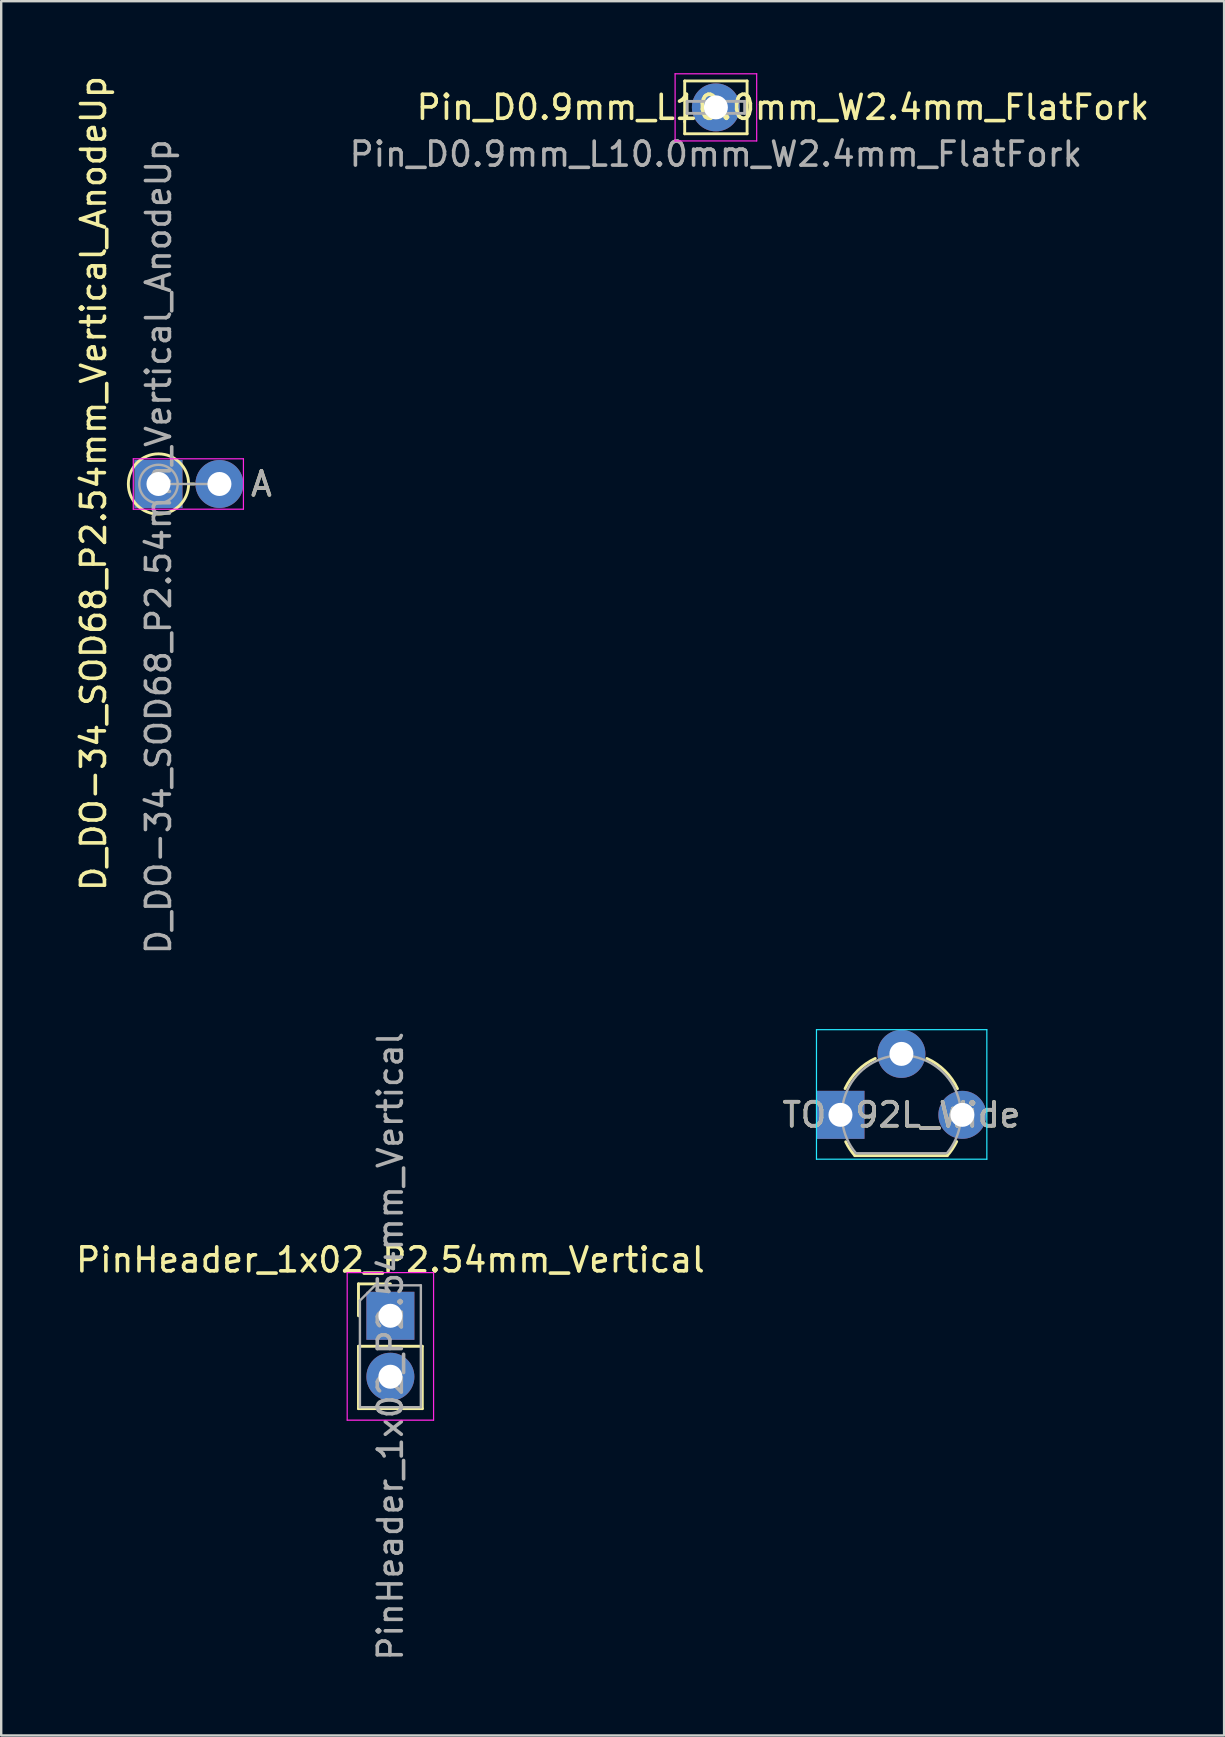
<source format=kicad_pcb>
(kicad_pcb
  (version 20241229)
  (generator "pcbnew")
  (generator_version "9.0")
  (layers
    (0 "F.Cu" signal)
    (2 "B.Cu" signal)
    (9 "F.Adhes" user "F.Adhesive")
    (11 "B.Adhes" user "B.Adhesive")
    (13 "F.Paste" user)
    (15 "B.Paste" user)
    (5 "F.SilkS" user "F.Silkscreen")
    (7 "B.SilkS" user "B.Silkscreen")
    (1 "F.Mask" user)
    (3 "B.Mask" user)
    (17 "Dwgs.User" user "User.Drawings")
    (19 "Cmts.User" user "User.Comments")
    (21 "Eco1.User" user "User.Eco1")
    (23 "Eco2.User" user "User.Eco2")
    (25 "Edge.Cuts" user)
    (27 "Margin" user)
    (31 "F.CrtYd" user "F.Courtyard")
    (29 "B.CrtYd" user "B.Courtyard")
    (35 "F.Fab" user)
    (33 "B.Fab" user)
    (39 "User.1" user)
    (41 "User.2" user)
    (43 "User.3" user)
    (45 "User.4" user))
  (footprint "PinHeader_1x02_P2.54mm_Vertical"
    (layer "F.Cu")
    (at 13.22 51.788)
    (property "Reference" "PinHeader_1x02_P2.54mm_Vertical" (at 0 -2.33 180) (layer "F.SilkS") (effects (font (size 1 1) (thickness 0.15))))
    (attr through_hole)
    (fp_line (start -1.33 -1.33) (end 0 -1.33) (stroke (width 0.12) (type solid)) (layer "F.SilkS"))
    (fp_line (start -1.33 0) (end -1.33 -1.33) (stroke (width 0.12) (type solid)) (layer "F.SilkS"))
    (fp_line (start -1.33 1.27) (end -1.33 3.87) (stroke (width 0.12) (type solid)) (layer "F.SilkS"))
    (fp_line (start -1.33 1.27) (end 1.33 1.27) (stroke (width 0.12) (type solid)) (layer "F.SilkS"))
    (fp_line (start -1.33 3.87) (end 1.33 3.87) (stroke (width 0.12) (type solid)) (layer "F.SilkS"))
    (fp_line (start 1.33 1.27) (end 1.33 3.87) (stroke (width 0.12) (type solid)) (layer "F.SilkS"))
    (fp_line (start -1.8 -1.8) (end -1.8 4.35) (stroke (width 0.05) (type solid)) (layer "F.CrtYd"))
    (fp_line (start -1.8 4.35) (end 1.8 4.35) (stroke (width 0.05) (type solid)) (layer "F.CrtYd"))
    (fp_line (start 1.8 -1.8) (end -1.8 -1.8) (stroke (width 0.05) (type solid)) (layer "F.CrtYd"))
    (fp_line (start 1.8 4.35) (end 1.8 -1.8) (stroke (width 0.05) (type solid)) (layer "F.CrtYd"))
    (fp_line (start -1.27 -0.635) (end -0.635 -1.27) (stroke (width 0.1) (type solid)) (layer "F.Fab"))
    (fp_line (start -1.27 3.81) (end -1.27 -0.635) (stroke (width 0.1) (type solid)) (layer "F.Fab"))
    (fp_line (start -0.635 -1.27) (end 1.27 -1.27) (stroke (width 0.1) (type solid)) (layer "F.Fab"))
    (fp_line (start 1.27 -1.27) (end 1.27 3.81) (stroke (width 0.1) (type solid)) (layer "F.Fab"))
    (fp_line (start 1.27 3.81) (end -1.27 3.81) (stroke (width 0.1) (type solid)) (layer "F.Fab"))
    (fp_text user "${REFERENCE}" (at 0 1.27 270) (layer "F.Fab") (effects (font (size 1 1) (thickness 0.15))))
    (pad "1" thru_hole rect (at 0 0) (size 2 2) (drill 1) (layers "*.Cu" "*.Mask"))
    (pad "2" thru_hole oval (at 0 2.54) (size 2 2) (drill 1) (layers "*.Cu" "*.Mask")))
  (footprint "Pin_D0.9mm_L10.0mm_W2.4mm_FlatFork"
    (layer "F.Cu")
    (at 26.786 1.425)
    (property "Reference" "Pin_D0.9mm_L10.0mm_W2.4mm_FlatFork" (at 2.794 0 0) (layer "F.SilkS") (effects (font (size 1 1) (thickness 0.15))))
    (attr through_hole)
    (fp_line (start -1.3 -1.1) (end -1.3 0.6) (stroke (width 0.12) (type solid)) (layer "F.SilkS"))
    (fp_line (start -1.3 0.6) (end -1.3 1.1) (stroke (width 0.12) (type solid)) (layer "F.SilkS"))
    (fp_line (start -1.3 1.1) (end 1.3 1.1) (stroke (width 0.12) (type solid)) (layer "F.SilkS"))
    (fp_line (start 1.3 -1.1) (end -1.3 -1.1) (stroke (width 0.12) (type solid)) (layer "F.SilkS"))
    (fp_line (start 1.3 1.1) (end 1.3 -1.1) (stroke (width 0.12) (type solid)) (layer "F.SilkS"))
    (fp_line (start -1.7 -1.4) (end -1.7 1.4) (stroke (width 0.05) (type solid)) (layer "F.CrtYd"))
    (fp_line (start -1.7 -1.4) (end 1.7 -1.4) (stroke (width 0.05) (type solid)) (layer "F.CrtYd"))
    (fp_line (start 1.7 1.4) (end -1.7 1.4) (stroke (width 0.05) (type solid)) (layer "F.CrtYd"))
    (fp_line (start 1.7 1.4) (end 1.7 -1.4) (stroke (width 0.05) (type solid)) (layer "F.CrtYd"))
    (fp_line (start -1.2 -0.25) (end -1.2 0.25) (stroke (width 0.12) (type solid)) (layer "F.Fab"))
    (fp_line (start -1.2 0.25) (end 1.2 0.25) (stroke (width 0.12) (type solid)) (layer "F.Fab"))
    (fp_line (start 1.2 -0.25) (end -1.2 -0.25) (stroke (width 0.12) (type solid)) (layer "F.Fab"))
    (fp_line (start 1.2 0.25) (end 1.2 -0.25) (stroke (width 0.12) (type solid)) (layer "F.Fab"))
    (fp_text user "${REFERENCE}" (at 0 1.95 0) (layer "F.Fab") (effects (font (size 1 1) (thickness 0.15))))
    (pad "1" thru_hole circle (at 0 0) (size 2 2) (drill 1) (layers "*.Cu" "*.Mask")))
  (footprint "TO-92L_Wide"
    (layer "F.Cu")
    (at 31.978 43.413)
    (property "Reference" "TO-92L_Wide" (at 2.54 0 180) (layer "F.SilkS") (effects (font (size 1 1) (thickness 0.15))))
    (attr through_hole)
    (fp_line (start 0.6 1.7) (end 4.45 1.7) (stroke (width 0.12) (type solid)) (layer "F.SilkS"))
    (fp_arc (start 0.192226 -1.094786) (mid 0.710119 -1.833613) (end 1.45 -2.35) (stroke (width 0.12) (type solid)) (layer "F.SilkS"))
    (fp_arc (start 0.6 1.7) (mid 0.389183 1.423933) (end 0.217369 1.122045) (stroke (width 0.12) (type solid)) (layer "F.SilkS"))
    (fp_arc (start 3.6 -2.35) (mid 4.351408 -1.834367) (end 4.876463 -1.089513) (stroke (width 0.12) (type solid)) (layer "F.SilkS"))
    (fp_arc (start 4.842383 1.112264) (mid 4.666594 1.419753) (end 4.45 1.7) (stroke (width 0.12) (type solid)) (layer "F.SilkS"))
    (fp_line (start -1 -3.55) (end -1 1.85) (stroke (width 0.05) (type solid)) (layer "B.CrtYd"))
    (fp_line (start -1 1.85) (end 6.1 1.85) (stroke (width 0.05) (type solid)) (layer "B.CrtYd"))
    (fp_line (start 6.1 -3.55) (end -1 -3.55) (stroke (width 0.05) (type solid)) (layer "B.CrtYd"))
    (fp_line (start 6.1 1.85) (end 6.1 -3.55) (stroke (width 0.05) (type solid)) (layer "B.CrtYd"))
    (fp_line (start 0.65 1.6) (end 4.4 1.6) (stroke (width 0.1) (type solid)) (layer "F.Fab"))
    (fp_arc (start 0.647182 1.602385) (mid 0.290076 -1.043188) (end 2.54 -2.48) (stroke (width 0.1) (type solid)) (layer "F.Fab"))
    (fp_arc (start 2.54 -2.48) (mid 4.787211 -1.049019) (end 4.441103 1.592547) (stroke (width 0.1) (type solid)) (layer "F.Fab"))
    (fp_text user "${REFERENCE}" (at 2.54 0 180) (layer "F.Fab") (effects (font (size 1 1) (thickness 0.15))))
    (pad "1" thru_hole rect (at 0 0) (size 2 2) (drill 1) (layers "*.Cu" "*.Mask"))
    (pad "2" thru_hole circle (at 2.54 -2.54) (size 2 2) (drill 1) (layers "*.Cu" "*.Mask"))
    (pad "3" thru_hole circle (at 5.08 0) (size 2 2) (drill 1) (layers "*.Cu" "*.Mask")))
  (footprint "D_DO-34_SOD68_P2.54mm_Vertical_AnodeUp"
    (layer "F.Cu")
    (at 3.555 17.121)
    (property "Reference" "D_DO-34_SOD68_P2.54mm_Vertical_AnodeUp" (at -2.707 -0.02 90) (layer "F.SilkS") (effects (font (size 1 1) (thickness 0.15))))
    (attr through_hole)
    (fp_line (start 1.256 0) (end 1.49 0) (stroke (width 0.12) (type solid)) (layer "F.SilkS"))
    (fp_circle (center 0 0) (end 1.256 0) (stroke (width 0.12) (type solid)) (fill no) (layer "F.SilkS"))
    (fp_line (start -1.05 -1.05) (end -1.05 1.05) (stroke (width 0.05) (type solid)) (layer "F.CrtYd"))
    (fp_line (start -1.05 1.05) (end 3.54 1.05) (stroke (width 0.05) (type solid)) (layer "F.CrtYd"))
    (fp_line (start 3.54 -1.05) (end -1.05 -1.05) (stroke (width 0.05) (type solid)) (layer "F.CrtYd"))
    (fp_line (start 3.54 1.05) (end 3.54 -1.05) (stroke (width 0.05) (type solid)) (layer "F.CrtYd"))
    (fp_line (start 0 0) (end 2.54 0) (stroke (width 0.1) (type solid)) (layer "F.Fab"))
    (fp_circle (center 0 0) (end 0.8 0) (stroke (width 0.1) (type solid)) (fill no) (layer "F.Fab"))
    (fp_text user "A" (at 4.29 0 180) (layer "F.SilkS") (effects (font (size 1 1) (thickness 0.15))))
    (fp_text user "${REFERENCE}" (at 0.001 2.616 90) (layer "F.Fab") (effects (font (size 1 1) (thickness 0.15))))
    (fp_text user "A" (at 4.29 0 180) (layer "F.Fab") (effects (font (size 1 1) (thickness 0.15))))
    (pad "1" thru_hole rect (at 0 0) (size 2 2) (drill 1) (layers "*.Cu" "*.Mask"))
    (pad "2" thru_hole oval (at 2.54 0) (size 2 2) (drill 1) (layers "*.Cu" "*.Mask")))
  (gr_rect
    (start -3 -3)
    (end 47.967 69.278)
    (stroke (width 0.1) (type default))
    (fill no)
    (layer "Edge.Cuts")))
</source>
